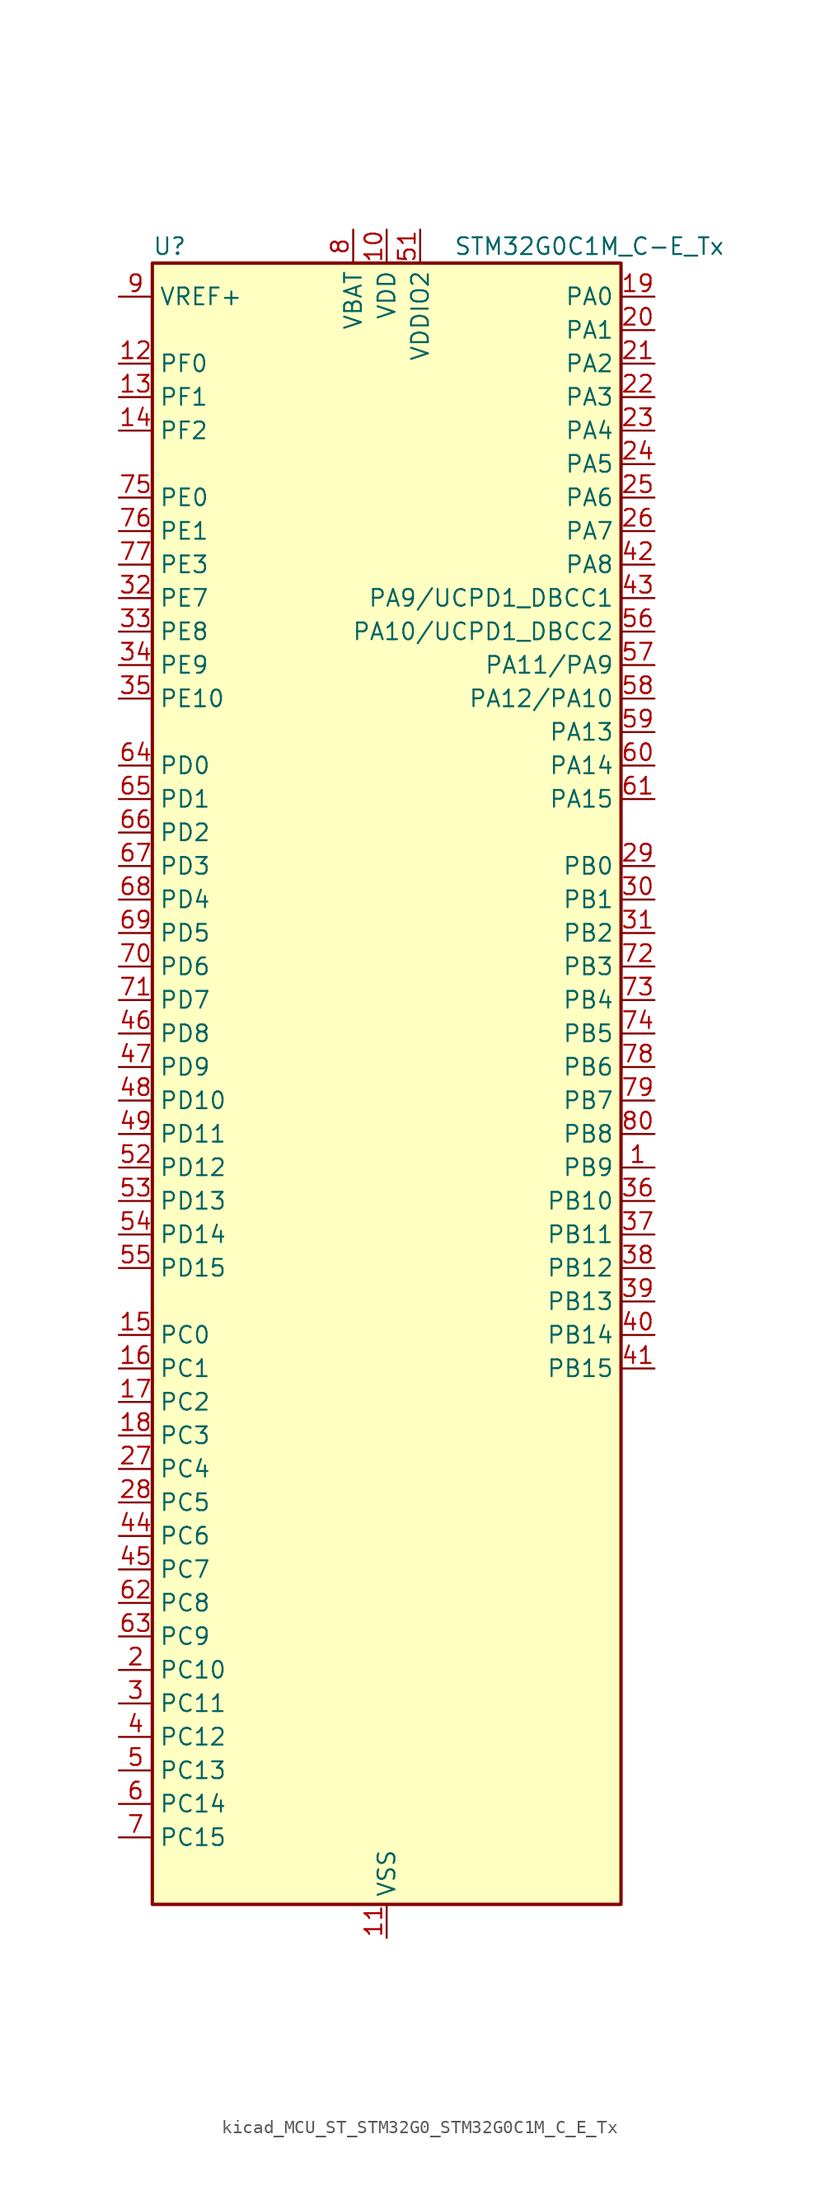
<source format=kicad_sym>
(kicad_symbol_lib
  (version 20220914)
  (generator kicad_symbol_editor)
  (symbol "kicad_MCU_ST_STM32G0_STM32G0C1M_C_E_Tx"
    (property "Reference" "U"
      (at -17.78 64.77 0)
      (effects (font (size 1.27 1.27)) (justify left)))
    (property "Value" "STM32G0C1M_C-E_Tx"
      (at 5.08 64.77 0)
      (effects (font (size 1.27 1.27)) (justify left)))
    (property "ki_locked" ""
      (at 0 0 0)
      (effects (font (size 1.27 1.27))))
    (symbol "kicad_MCU_ST_STM32G0_STM32G0C1M_C_E_Tx_0_1"
      (rectangle (start -17.78 -60.96) (end 17.78 63.5) (stroke (width 0.254) (type default)) (fill (type background))))
    (symbol "kicad_MCU_ST_STM32G0_STM32G0C1M_C_E_Tx_1_1"
      (pin bidirectional line (at 20.32 -5.08 180) (length 2.54) (name "PB9" (effects (font (size 1.27 1.27)))) (number "1" (effects (font (size 1.27 1.27)))) (alternate "DAC1_EXTI9" bidirectional line) (alternate "FDCAN1_TX" bidirectional line) (alternate "I2C1_SDA" bidirectional line) (alternate "I2S2_WS" bidirectional line) (alternate "IR_OUT" bidirectional line) (alternate "SPI2_NSS" bidirectional line) (alternate "TIM17_CH1" bidirectional line) (alternate "TIM4_CH4" bidirectional line) (alternate "UCPD2_FRSTX1" bidirectional line) (alternate "UCPD2_FRSTX2" bidirectional line) (alternate "USART3_RX" bidirectional line) (alternate "USART6_RX" bidirectional line))
      (pin power_in line (at 0 66.04 270) (length 2.54) (name "VDD" (effects (font (size 1.27 1.27)))) (number "10" (effects (font (size 1.27 1.27)))))
      (pin power_in line (at 0 -63.5 90) (length 2.54) (name "VSS" (effects (font (size 1.27 1.27)))) (number "11" (effects (font (size 1.27 1.27)))))
      (pin bidirectional line (at -20.32 55.88 0) (length 2.54) (name "PF0" (effects (font (size 1.27 1.27)))) (number "12" (effects (font (size 1.27 1.27)))) (alternate "CRS1_SYNC" bidirectional line) (alternate "RCC_OSC_IN" bidirectional line) (alternate "TIM14_CH1" bidirectional line))
      (pin bidirectional line (at -20.32 53.34 0) (length 2.54) (name "PF1" (effects (font (size 1.27 1.27)))) (number "13" (effects (font (size 1.27 1.27)))) (alternate "RCC_OSC_EN" bidirectional line) (alternate "RCC_OSC_OUT" bidirectional line) (alternate "TIM15_CH1N" bidirectional line))
      (pin bidirectional line (at -20.32 50.8 0) (length 2.54) (name "PF2" (effects (font (size 1.27 1.27)))) (number "14" (effects (font (size 1.27 1.27)))) (alternate "LPUART2_DE" bidirectional line) (alternate "LPUART2_RTS" bidirectional line) (alternate "LPUART2_TX" bidirectional line) (alternate "RCC_MCO" bidirectional line))
      (pin bidirectional line (at -20.32 -17.78 0) (length 2.54) (name "PC0" (effects (font (size 1.27 1.27)))) (number "15" (effects (font (size 1.27 1.27)))) (alternate "COMP3_INM" bidirectional line) (alternate "COMP3_OUT" bidirectional line) (alternate "I2C3_SCL" bidirectional line) (alternate "LPTIM1_IN1" bidirectional line) (alternate "LPTIM2_IN1" bidirectional line) (alternate "LPUART1_RX" bidirectional line) (alternate "LPUART2_TX" bidirectional line) (alternate "USART6_TX" bidirectional line))
      (pin bidirectional line (at -20.32 -20.32 0) (length 2.54) (name "PC1" (effects (font (size 1.27 1.27)))) (number "16" (effects (font (size 1.27 1.27)))) (alternate "COMP3_INP" bidirectional line) (alternate "I2C3_SDA" bidirectional line) (alternate "LPTIM1_OUT" bidirectional line) (alternate "LPUART1_TX" bidirectional line) (alternate "LPUART2_RX" bidirectional line) (alternate "TIM15_CH1" bidirectional line) (alternate "USART6_RX" bidirectional line))
      (pin bidirectional line (at -20.32 -22.86 0) (length 2.54) (name "PC2" (effects (font (size 1.27 1.27)))) (number "17" (effects (font (size 1.27 1.27)))) (alternate "COMP3_OUT" bidirectional line) (alternate "FDCAN2_RX" bidirectional line) (alternate "I2S2_MCK" bidirectional line) (alternate "LPTIM1_IN2" bidirectional line) (alternate "SPI2_MISO" bidirectional line) (alternate "TIM15_CH2" bidirectional line))
      (pin bidirectional line (at -20.32 -25.4 0) (length 2.54) (name "PC3" (effects (font (size 1.27 1.27)))) (number "18" (effects (font (size 1.27 1.27)))) (alternate "FDCAN2_TX" bidirectional line) (alternate "I2S2_SD" bidirectional line) (alternate "LPTIM1_ETR" bidirectional line) (alternate "LPTIM2_ETR" bidirectional line) (alternate "SPI2_MOSI" bidirectional line))
      (pin bidirectional line (at 20.32 60.96 180) (length 2.54) (name "PA0" (effects (font (size 1.27 1.27)))) (number "19" (effects (font (size 1.27 1.27)))) (alternate "ADC1_IN0" bidirectional line) (alternate "COMP1_INM" bidirectional line) (alternate "COMP1_OUT" bidirectional line) (alternate "I2S2_CK" bidirectional line) (alternate "LPTIM1_OUT" bidirectional line) (alternate "RTC_TAMP_IN2" bidirectional line) (alternate "SPI2_SCK" bidirectional line) (alternate "SYS_WKUP1" bidirectional line) (alternate "TIM2_CH1" bidirectional line) (alternate "TIM2_ETR" bidirectional line) (alternate "UCPD2_FRSTX1" bidirectional line) (alternate "UCPD2_FRSTX2" bidirectional line) (alternate "USART2_CTS" bidirectional line) (alternate "USART2_NSS" bidirectional line) (alternate "USART4_TX" bidirectional line))
      (pin bidirectional line (at -20.32 -43.18 0) (length 2.54) (name "PC10" (effects (font (size 1.27 1.27)))) (number "2" (effects (font (size 1.27 1.27)))) (alternate "SPI3_SCK" bidirectional line) (alternate "TIM1_CH3" bidirectional line) (alternate "USART3_TX" bidirectional line) (alternate "USART4_TX" bidirectional line))
      (pin bidirectional line (at 20.32 58.42 180) (length 2.54) (name "PA1" (effects (font (size 1.27 1.27)))) (number "20" (effects (font (size 1.27 1.27)))) (alternate "ADC1_IN1" bidirectional line) (alternate "COMP1_INP" bidirectional line) (alternate "I2C1_SMBA" bidirectional line) (alternate "I2S1_CK" bidirectional line) (alternate "SPI1_SCK" bidirectional line) (alternate "TIM15_CH1N" bidirectional line) (alternate "TIM2_CH2" bidirectional line) (alternate "USART2_CK" bidirectional line) (alternate "USART2_DE" bidirectional line) (alternate "USART2_RTS" bidirectional line) (alternate "USART4_RX" bidirectional line))
      (pin bidirectional line (at 20.32 55.88 180) (length 2.54) (name "PA2" (effects (font (size 1.27 1.27)))) (number "21" (effects (font (size 1.27 1.27)))) (alternate "ADC1_IN2" bidirectional line) (alternate "COMP2_INM" bidirectional line) (alternate "COMP2_OUT" bidirectional line) (alternate "I2S1_SD" bidirectional line) (alternate "LPUART1_TX" bidirectional line) (alternate "RCC_LSCO" bidirectional line) (alternate "SPI1_MOSI" bidirectional line) (alternate "SYS_WKUP4" bidirectional line) (alternate "TIM15_CH1" bidirectional line) (alternate "TIM2_CH3" bidirectional line) (alternate "UCPD1_FRSTX1" bidirectional line) (alternate "UCPD1_FRSTX2" bidirectional line) (alternate "USART2_TX" bidirectional line))
      (pin bidirectional line (at 20.32 53.34 180) (length 2.54) (name "PA3" (effects (font (size 1.27 1.27)))) (number "22" (effects (font (size 1.27 1.27)))) (alternate "ADC1_IN3" bidirectional line) (alternate "COMP2_INP" bidirectional line) (alternate "I2S2_MCK" bidirectional line) (alternate "LPUART1_RX" bidirectional line) (alternate "SPI2_MISO" bidirectional line) (alternate "TIM15_CH2" bidirectional line) (alternate "TIM2_CH4" bidirectional line) (alternate "UCPD2_FRSTX1" bidirectional line) (alternate "UCPD2_FRSTX2" bidirectional line) (alternate "USART2_RX" bidirectional line))
      (pin bidirectional line (at 20.32 50.8 180) (length 2.54) (name "PA4" (effects (font (size 1.27 1.27)))) (number "23" (effects (font (size 1.27 1.27)))) (alternate "ADC1_IN4" bidirectional line) (alternate "DAC1_OUT1" bidirectional line) (alternate "I2S1_WS" bidirectional line) (alternate "I2S2_SD" bidirectional line) (alternate "LPTIM2_OUT" bidirectional line) (alternate "RTC_OUT2" bidirectional line) (alternate "SPI1_NSS" bidirectional line) (alternate "SPI2_MOSI" bidirectional line) (alternate "SPI3_NSS" bidirectional line) (alternate "TIM14_CH1" bidirectional line) (alternate "UCPD2_FRSTX1" bidirectional line) (alternate "UCPD2_FRSTX2" bidirectional line) (alternate "USART6_TX" bidirectional line) (alternate "USB_NOE" bidirectional line))
      (pin bidirectional line (at 20.32 48.26 180) (length 2.54) (name "PA5" (effects (font (size 1.27 1.27)))) (number "24" (effects (font (size 1.27 1.27)))) (alternate "ADC1_IN5" bidirectional line) (alternate "CEC" bidirectional line) (alternate "DAC1_OUT2" bidirectional line) (alternate "I2S1_CK" bidirectional line) (alternate "LPTIM2_ETR" bidirectional line) (alternate "SPI1_SCK" bidirectional line) (alternate "TIM2_CH1" bidirectional line) (alternate "TIM2_ETR" bidirectional line) (alternate "UCPD1_FRSTX1" bidirectional line) (alternate "UCPD1_FRSTX2" bidirectional line) (alternate "USART3_TX" bidirectional line) (alternate "USART6_RX" bidirectional line))
      (pin bidirectional line (at 20.32 45.72 180) (length 2.54) (name "PA6" (effects (font (size 1.27 1.27)))) (number "25" (effects (font (size 1.27 1.27)))) (alternate "ADC1_IN6" bidirectional line) (alternate "COMP1_OUT" bidirectional line) (alternate "I2C2_SDA" bidirectional line) (alternate "I2C3_SDA" bidirectional line) (alternate "I2S1_MCK" bidirectional line) (alternate "LPUART1_CTS" bidirectional line) (alternate "SPI1_MISO" bidirectional line) (alternate "TIM16_CH1" bidirectional line) (alternate "TIM1_BK" bidirectional line) (alternate "TIM3_CH1" bidirectional line) (alternate "USART3_CTS" bidirectional line) (alternate "USART3_NSS" bidirectional line) (alternate "USART6_CTS" bidirectional line) (alternate "USART6_NSS" bidirectional line))
      (pin bidirectional line (at 20.32 43.18 180) (length 2.54) (name "PA7" (effects (font (size 1.27 1.27)))) (number "26" (effects (font (size 1.27 1.27)))) (alternate "ADC1_IN7" bidirectional line) (alternate "COMP2_OUT" bidirectional line) (alternate "I2C2_SCL" bidirectional line) (alternate "I2C3_SCL" bidirectional line) (alternate "I2S1_SD" bidirectional line) (alternate "SPI1_MOSI" bidirectional line) (alternate "TIM14_CH1" bidirectional line) (alternate "TIM17_CH1" bidirectional line) (alternate "TIM1_CH1N" bidirectional line) (alternate "TIM3_CH2" bidirectional line) (alternate "UCPD1_FRSTX1" bidirectional line) (alternate "UCPD1_FRSTX2" bidirectional line) (alternate "USART6_CK" bidirectional line) (alternate "USART6_DE" bidirectional line) (alternate "USART6_RTS" bidirectional line))
      (pin bidirectional line (at -20.32 -27.94 0) (length 2.54) (name "PC4" (effects (font (size 1.27 1.27)))) (number "27" (effects (font (size 1.27 1.27)))) (alternate "ADC1_IN17" bidirectional line) (alternate "COMP1_INM" bidirectional line) (alternate "FDCAN1_RX" bidirectional line) (alternate "TIM2_CH1" bidirectional line) (alternate "TIM2_ETR" bidirectional line) (alternate "USART1_TX" bidirectional line) (alternate "USART3_TX" bidirectional line))
      (pin bidirectional line (at -20.32 -30.48 0) (length 2.54) (name "PC5" (effects (font (size 1.27 1.27)))) (number "28" (effects (font (size 1.27 1.27)))) (alternate "ADC1_IN18" bidirectional line) (alternate "COMP1_INP" bidirectional line) (alternate "FDCAN1_TX" bidirectional line) (alternate "SYS_WKUP5" bidirectional line) (alternate "TIM2_CH2" bidirectional line) (alternate "USART1_RX" bidirectional line) (alternate "USART3_RX" bidirectional line))
      (pin bidirectional line (at 20.32 17.78 180) (length 2.54) (name "PB0" (effects (font (size 1.27 1.27)))) (number "29" (effects (font (size 1.27 1.27)))) (alternate "ADC1_IN8" bidirectional line) (alternate "COMP1_OUT" bidirectional line) (alternate "COMP3_INP" bidirectional line) (alternate "FDCAN2_RX" bidirectional line) (alternate "I2S1_WS" bidirectional line) (alternate "LPTIM1_OUT" bidirectional line) (alternate "LPUART2_CTS" bidirectional line) (alternate "SPI1_NSS" bidirectional line) (alternate "TIM1_CH2N" bidirectional line) (alternate "TIM3_CH3" bidirectional line) (alternate "UCPD1_FRSTX1" bidirectional line) (alternate "UCPD1_FRSTX2" bidirectional line) (alternate "USART3_RX" bidirectional line) (alternate "USART5_TX" bidirectional line))
      (pin bidirectional line (at -20.32 -45.72 0) (length 2.54) (name "PC11" (effects (font (size 1.27 1.27)))) (number "3" (effects (font (size 1.27 1.27)))) (alternate "ADC1_EXTI11" bidirectional line) (alternate "SPI3_MISO" bidirectional line) (alternate "TIM1_CH4" bidirectional line) (alternate "USART3_RX" bidirectional line) (alternate "USART4_RX" bidirectional line))
      (pin bidirectional line (at 20.32 15.24 180) (length 2.54) (name "PB1" (effects (font (size 1.27 1.27)))) (number "30" (effects (font (size 1.27 1.27)))) (alternate "ADC1_IN9" bidirectional line) (alternate "COMP1_INM" bidirectional line) (alternate "COMP3_OUT" bidirectional line) (alternate "FDCAN2_TX" bidirectional line) (alternate "LPTIM2_IN1" bidirectional line) (alternate "LPUART1_DE" bidirectional line) (alternate "LPUART1_RTS" bidirectional line) (alternate "LPUART2_DE" bidirectional line) (alternate "LPUART2_RTS" bidirectional line) (alternate "TIM14_CH1" bidirectional line) (alternate "TIM1_CH3N" bidirectional line) (alternate "TIM3_CH4" bidirectional line) (alternate "USART3_CK" bidirectional line) (alternate "USART3_DE" bidirectional line) (alternate "USART3_RTS" bidirectional line) (alternate "USART5_RX" bidirectional line))
      (pin bidirectional line (at 20.32 12.7 180) (length 2.54) (name "PB2" (effects (font (size 1.27 1.27)))) (number "31" (effects (font (size 1.27 1.27)))) (alternate "ADC1_IN10" bidirectional line) (alternate "COMP1_INP" bidirectional line) (alternate "COMP3_INM" bidirectional line) (alternate "I2S2_MCK" bidirectional line) (alternate "LPTIM1_OUT" bidirectional line) (alternate "RCC_MCO_2" bidirectional line) (alternate "SPI2_MISO" bidirectional line) (alternate "USART3_TX" bidirectional line))
      (pin bidirectional line (at -20.32 38.1 0) (length 2.54) (name "PE7" (effects (font (size 1.27 1.27)))) (number "32" (effects (font (size 1.27 1.27)))) (alternate "COMP3_INP" bidirectional line) (alternate "TIM1_ETR" bidirectional line) (alternate "USART5_CK" bidirectional line) (alternate "USART5_DE" bidirectional line) (alternate "USART5_RTS" bidirectional line))
      (pin bidirectional line (at -20.32 35.56 0) (length 2.54) (name "PE8" (effects (font (size 1.27 1.27)))) (number "33" (effects (font (size 1.27 1.27)))) (alternate "COMP3_INM" bidirectional line) (alternate "TIM1_CH1N" bidirectional line) (alternate "USART4_TX" bidirectional line))
      (pin bidirectional line (at -20.32 33.02 0) (length 2.54) (name "PE9" (effects (font (size 1.27 1.27)))) (number "34" (effects (font (size 1.27 1.27)))) (alternate "DAC1_EXTI9" bidirectional line) (alternate "TIM1_CH1" bidirectional line) (alternate "USART4_RX" bidirectional line))
      (pin bidirectional line (at -20.32 30.48 0) (length 2.54) (name "PE10" (effects (font (size 1.27 1.27)))) (number "35" (effects (font (size 1.27 1.27)))) (alternate "TIM1_CH2N" bidirectional line) (alternate "USART5_TX" bidirectional line))
      (pin bidirectional line (at 20.32 -7.62 180) (length 2.54) (name "PB10" (effects (font (size 1.27 1.27)))) (number "36" (effects (font (size 1.27 1.27)))) (alternate "ADC1_IN11" bidirectional line) (alternate "CEC" bidirectional line) (alternate "COMP1_OUT" bidirectional line) (alternate "I2C2_SCL" bidirectional line) (alternate "I2S2_CK" bidirectional line) (alternate "LPUART1_RX" bidirectional line) (alternate "SPI2_SCK" bidirectional line) (alternate "TIM2_CH3" bidirectional line) (alternate "USART3_TX" bidirectional line))
      (pin bidirectional line (at 20.32 -10.16 180) (length 2.54) (name "PB11" (effects (font (size 1.27 1.27)))) (number "37" (effects (font (size 1.27 1.27)))) (alternate "ADC1_EXTI11" bidirectional line) (alternate "ADC1_IN15" bidirectional line) (alternate "COMP2_OUT" bidirectional line) (alternate "I2C2_SDA" bidirectional line) (alternate "I2S2_SD" bidirectional line) (alternate "LPUART1_TX" bidirectional line) (alternate "SPI2_MOSI" bidirectional line) (alternate "TIM2_CH4" bidirectional line) (alternate "USART3_RX" bidirectional line))
      (pin bidirectional line (at 20.32 -12.7 180) (length 2.54) (name "PB12" (effects (font (size 1.27 1.27)))) (number "38" (effects (font (size 1.27 1.27)))) (alternate "ADC1_IN16" bidirectional line) (alternate "FDCAN2_RX" bidirectional line) (alternate "I2C2_SMBA" bidirectional line) (alternate "I2S2_WS" bidirectional line) (alternate "LPUART1_DE" bidirectional line) (alternate "LPUART1_RTS" bidirectional line) (alternate "SPI2_NSS" bidirectional line) (alternate "TIM15_BK" bidirectional line) (alternate "TIM1_BK" bidirectional line) (alternate "UCPD2_FRSTX1" bidirectional line) (alternate "UCPD2_FRSTX2" bidirectional line))
      (pin bidirectional line (at 20.32 -15.24 180) (length 2.54) (name "PB13" (effects (font (size 1.27 1.27)))) (number "39" (effects (font (size 1.27 1.27)))) (alternate "FDCAN2_TX" bidirectional line) (alternate "I2C2_SCL" bidirectional line) (alternate "I2S2_CK" bidirectional line) (alternate "LPUART1_CTS" bidirectional line) (alternate "SPI2_SCK" bidirectional line) (alternate "TIM15_CH1N" bidirectional line) (alternate "TIM1_CH1N" bidirectional line) (alternate "USART3_CTS" bidirectional line) (alternate "USART3_NSS" bidirectional line))
      (pin bidirectional line (at -20.32 -48.26 0) (length 2.54) (name "PC12" (effects (font (size 1.27 1.27)))) (number "4" (effects (font (size 1.27 1.27)))) (alternate "LPTIM1_IN1" bidirectional line) (alternate "SPI3_MOSI" bidirectional line) (alternate "TIM14_CH1" bidirectional line) (alternate "UCPD1_FRSTX1" bidirectional line) (alternate "UCPD1_FRSTX2" bidirectional line) (alternate "USART5_TX" bidirectional line))
      (pin bidirectional line (at 20.32 -17.78 180) (length 2.54) (name "PB14" (effects (font (size 1.27 1.27)))) (number "40" (effects (font (size 1.27 1.27)))) (alternate "I2C2_SDA" bidirectional line) (alternate "I2S2_MCK" bidirectional line) (alternate "SPI2_MISO" bidirectional line) (alternate "TIM15_CH1" bidirectional line) (alternate "TIM1_CH2N" bidirectional line) (alternate "UCPD1_FRSTX1" bidirectional line) (alternate "UCPD1_FRSTX2" bidirectional line) (alternate "USART3_CK" bidirectional line) (alternate "USART3_DE" bidirectional line) (alternate "USART3_RTS" bidirectional line) (alternate "USART6_CK" bidirectional line) (alternate "USART6_DE" bidirectional line) (alternate "USART6_RTS" bidirectional line))
      (pin bidirectional line (at 20.32 -20.32 180) (length 2.54) (name "PB15" (effects (font (size 1.27 1.27)))) (number "41" (effects (font (size 1.27 1.27)))) (alternate "I2S2_SD" bidirectional line) (alternate "RTC_REFIN" bidirectional line) (alternate "SPI2_MOSI" bidirectional line) (alternate "TIM15_CH1N" bidirectional line) (alternate "TIM15_CH2" bidirectional line) (alternate "TIM1_CH3N" bidirectional line) (alternate "UCPD1_CC2" bidirectional line) (alternate "USART6_CTS" bidirectional line) (alternate "USART6_NSS" bidirectional line))
      (pin bidirectional line (at 20.32 40.64 180) (length 2.54) (name "PA8" (effects (font (size 1.27 1.27)))) (number "42" (effects (font (size 1.27 1.27)))) (alternate "CRS1_SYNC" bidirectional line) (alternate "I2C2_SMBA" bidirectional line) (alternate "I2S2_WS" bidirectional line) (alternate "LPTIM2_OUT" bidirectional line) (alternate "RCC_MCO" bidirectional line) (alternate "SPI2_NSS" bidirectional line) (alternate "TIM1_CH1" bidirectional line) (alternate "UCPD1_CC1" bidirectional line))
      (pin bidirectional line (at 20.32 38.1 180) (length 2.54) (name "PA9/UCPD1_DBCC1" (effects (font (size 1.27 1.27)))) (number "43" (effects (font (size 1.27 1.27)))) (alternate "DAC1_EXTI9" bidirectional line) (alternate "I2C1_SCL" bidirectional line) (alternate "I2C2_SCL" bidirectional line) (alternate "I2S2_MCK" bidirectional line) (alternate "RCC_MCO" bidirectional line) (alternate "SPI2_MISO" bidirectional line) (alternate "TIM15_BK" bidirectional line) (alternate "TIM1_CH2" bidirectional line) (alternate "UCPD1_DBCC1" bidirectional line) (alternate "USART1_TX" bidirectional line))
      (pin bidirectional line (at -20.32 -33.02 0) (length 2.54) (name "PC6" (effects (font (size 1.27 1.27)))) (number "44" (effects (font (size 1.27 1.27)))) (alternate "LPUART2_TX" bidirectional line) (alternate "TIM2_CH3" bidirectional line) (alternate "TIM3_CH1" bidirectional line) (alternate "UCPD1_FRSTX1" bidirectional line) (alternate "UCPD1_FRSTX2" bidirectional line))
      (pin bidirectional line (at -20.32 -35.56 0) (length 2.54) (name "PC7" (effects (font (size 1.27 1.27)))) (number "45" (effects (font (size 1.27 1.27)))) (alternate "LPUART2_RX" bidirectional line) (alternate "TIM2_CH4" bidirectional line) (alternate "TIM3_CH2" bidirectional line) (alternate "UCPD2_FRSTX1" bidirectional line) (alternate "UCPD2_FRSTX2" bidirectional line))
      (pin bidirectional line (at -20.32 5.08 0) (length 2.54) (name "PD8" (effects (font (size 1.27 1.27)))) (number "46" (effects (font (size 1.27 1.27)))) (alternate "I2S1_CK" bidirectional line) (alternate "LPTIM1_OUT" bidirectional line) (alternate "SPI1_SCK" bidirectional line) (alternate "USART3_TX" bidirectional line))
      (pin bidirectional line (at -20.32 2.54 0) (length 2.54) (name "PD9" (effects (font (size 1.27 1.27)))) (number "47" (effects (font (size 1.27 1.27)))) (alternate "DAC1_EXTI9" bidirectional line) (alternate "I2S1_WS" bidirectional line) (alternate "SPI1_NSS" bidirectional line) (alternate "TIM1_BK2" bidirectional line) (alternate "USART3_RX" bidirectional line))
      (pin bidirectional line (at -20.32 0 0) (length 2.54) (name "PD10" (effects (font (size 1.27 1.27)))) (number "48" (effects (font (size 1.27 1.27)))) (alternate "RCC_MCO" bidirectional line))
      (pin bidirectional line (at -20.32 -2.54 0) (length 2.54) (name "PD11" (effects (font (size 1.27 1.27)))) (number "49" (effects (font (size 1.27 1.27)))) (alternate "ADC1_EXTI11" bidirectional line) (alternate "LPTIM2_ETR" bidirectional line) (alternate "USART3_CTS" bidirectional line) (alternate "USART3_NSS" bidirectional line))
      (pin bidirectional line (at -20.32 -50.8 0) (length 2.54) (name "PC13" (effects (font (size 1.27 1.27)))) (number "5" (effects (font (size 1.27 1.27)))) (alternate "RTC_OUT1" bidirectional line) (alternate "RTC_TAMP_IN1" bidirectional line) (alternate "RTC_TS" bidirectional line) (alternate "SYS_WKUP2" bidirectional line) (alternate "TIM1_BK" bidirectional line))
      (pin passive line (at 0 -63.5 90) (length 2.54) hide (name "VSS" (effects (font (size 1.27 1.27)))) (number "50" (effects (font (size 1.27 1.27)))))
      (pin power_in line (at 2.54 66.04 270) (length 2.54) (name "VDDIO2" (effects (font (size 1.27 1.27)))) (number "51" (effects (font (size 1.27 1.27)))))
      (pin bidirectional line (at -20.32 -5.08 0) (length 2.54) (name "PD12" (effects (font (size 1.27 1.27)))) (number "52" (effects (font (size 1.27 1.27)))) (alternate "FDCAN1_RX" bidirectional line) (alternate "LPTIM2_IN1" bidirectional line) (alternate "TIM4_CH1" bidirectional line) (alternate "USART3_CK" bidirectional line) (alternate "USART3_DE" bidirectional line) (alternate "USART3_RTS" bidirectional line))
      (pin bidirectional line (at -20.32 -7.62 0) (length 2.54) (name "PD13" (effects (font (size 1.27 1.27)))) (number "53" (effects (font (size 1.27 1.27)))) (alternate "FDCAN1_TX" bidirectional line) (alternate "LPTIM2_OUT" bidirectional line) (alternate "TIM4_CH2" bidirectional line))
      (pin bidirectional line (at -20.32 -10.16 0) (length 2.54) (name "PD14" (effects (font (size 1.27 1.27)))) (number "54" (effects (font (size 1.27 1.27)))) (alternate "FDCAN2_RX" bidirectional line) (alternate "LPUART2_CTS" bidirectional line) (alternate "TIM4_CH3" bidirectional line))
      (pin bidirectional line (at -20.32 -12.7 0) (length 2.54) (name "PD15" (effects (font (size 1.27 1.27)))) (number "55" (effects (font (size 1.27 1.27)))) (alternate "CRS1_SYNC" bidirectional line) (alternate "FDCAN2_TX" bidirectional line) (alternate "LPUART2_DE" bidirectional line) (alternate "LPUART2_RTS" bidirectional line) (alternate "TIM4_CH4" bidirectional line))
      (pin bidirectional line (at 20.32 35.56 180) (length 2.54) (name "PA10/UCPD1_DBCC2" (effects (font (size 1.27 1.27)))) (number "56" (effects (font (size 1.27 1.27)))) (alternate "I2C1_SDA" bidirectional line) (alternate "I2C2_SDA" bidirectional line) (alternate "I2S2_SD" bidirectional line) (alternate "RCC_MCO_2" bidirectional line) (alternate "SPI2_MOSI" bidirectional line) (alternate "TIM17_BK" bidirectional line) (alternate "TIM1_CH3" bidirectional line) (alternate "UCPD1_DBCC2" bidirectional line) (alternate "USART1_RX" bidirectional line))
      (pin bidirectional line (at 20.32 33.02 180) (length 2.54) (name "PA11/PA9" (effects (font (size 1.27 1.27)))) (number "57" (effects (font (size 1.27 1.27)))) (alternate "ADC1_EXTI11" bidirectional line) (alternate "COMP1_OUT" bidirectional line) (alternate "FDCAN1_RX" bidirectional line) (alternate "I2C2_SCL" bidirectional line) (alternate "I2S1_MCK" bidirectional line) (alternate "SPI1_MISO" bidirectional line) (alternate "TIM1_BK2" bidirectional line) (alternate "TIM1_CH4" bidirectional line) (alternate "USART1_CTS" bidirectional line) (alternate "USART1_NSS" bidirectional line) (alternate "USB_DM" bidirectional line))
      (pin bidirectional line (at 20.32 30.48 180) (length 2.54) (name "PA12/PA10" (effects (font (size 1.27 1.27)))) (number "58" (effects (font (size 1.27 1.27)))) (alternate "COMP2_OUT" bidirectional line) (alternate "FDCAN1_TX" bidirectional line) (alternate "I2C2_SDA" bidirectional line) (alternate "I2S1_SD" bidirectional line) (alternate "I2S_CKIN" bidirectional line) (alternate "SPI1_MOSI" bidirectional line) (alternate "TIM1_ETR" bidirectional line) (alternate "USART1_CK" bidirectional line) (alternate "USART1_DE" bidirectional line) (alternate "USART1_RTS" bidirectional line) (alternate "USB_DP" bidirectional line))
      (pin bidirectional line (at 20.32 27.94 180) (length 2.54) (name "PA13" (effects (font (size 1.27 1.27)))) (number "59" (effects (font (size 1.27 1.27)))) (alternate "IR_OUT" bidirectional line) (alternate "LPUART2_RX" bidirectional line) (alternate "SYS_SWDIO" bidirectional line) (alternate "USB_NOE" bidirectional line))
      (pin bidirectional line (at -20.32 -53.34 0) (length 2.54) (name "PC14" (effects (font (size 1.27 1.27)))) (number "6" (effects (font (size 1.27 1.27)))) (alternate "RCC_OSC32_IN" bidirectional line) (alternate "TIM1_BK2" bidirectional line))
      (pin bidirectional line (at 20.32 25.4 180) (length 2.54) (name "PA14" (effects (font (size 1.27 1.27)))) (number "60" (effects (font (size 1.27 1.27)))) (alternate "LPUART2_TX" bidirectional line) (alternate "SYS_SWCLK" bidirectional line) (alternate "USART2_TX" bidirectional line))
      (pin bidirectional line (at 20.32 22.86 180) (length 2.54) (name "PA15" (effects (font (size 1.27 1.27)))) (number "61" (effects (font (size 1.27 1.27)))) (alternate "I2C2_SMBA" bidirectional line) (alternate "I2S1_WS" bidirectional line) (alternate "RCC_MCO_2" bidirectional line) (alternate "SPI1_NSS" bidirectional line) (alternate "SPI3_NSS" bidirectional line) (alternate "TIM2_CH1" bidirectional line) (alternate "TIM2_ETR" bidirectional line) (alternate "USART2_RX" bidirectional line) (alternate "USART3_CK" bidirectional line) (alternate "USART3_DE" bidirectional line) (alternate "USART3_RTS" bidirectional line) (alternate "USART4_CK" bidirectional line) (alternate "USART4_DE" bidirectional line) (alternate "USART4_RTS" bidirectional line) (alternate "USB_NOE" bidirectional line))
      (pin bidirectional line (at -20.32 -38.1 0) (length 2.54) (name "PC8" (effects (font (size 1.27 1.27)))) (number "62" (effects (font (size 1.27 1.27)))) (alternate "LPUART2_CTS" bidirectional line) (alternate "TIM1_CH1" bidirectional line) (alternate "TIM3_CH3" bidirectional line) (alternate "UCPD2_FRSTX1" bidirectional line) (alternate "UCPD2_FRSTX2" bidirectional line))
      (pin bidirectional line (at -20.32 -40.64 0) (length 2.54) (name "PC9" (effects (font (size 1.27 1.27)))) (number "63" (effects (font (size 1.27 1.27)))) (alternate "DAC1_EXTI9" bidirectional line) (alternate "I2S_CKIN" bidirectional line) (alternate "LPUART2_DE" bidirectional line) (alternate "LPUART2_RTS" bidirectional line) (alternate "TIM1_CH2" bidirectional line) (alternate "TIM3_CH4" bidirectional line) (alternate "USB_NOE" bidirectional line))
      (pin bidirectional line (at -20.32 25.4 0) (length 2.54) (name "PD0" (effects (font (size 1.27 1.27)))) (number "64" (effects (font (size 1.27 1.27)))) (alternate "FDCAN1_RX" bidirectional line) (alternate "I2S2_WS" bidirectional line) (alternate "SPI2_NSS" bidirectional line) (alternate "TIM16_CH1" bidirectional line) (alternate "UCPD2_CC1" bidirectional line))
      (pin bidirectional line (at -20.32 22.86 0) (length 2.54) (name "PD1" (effects (font (size 1.27 1.27)))) (number "65" (effects (font (size 1.27 1.27)))) (alternate "FDCAN1_TX" bidirectional line) (alternate "I2S2_CK" bidirectional line) (alternate "SPI2_SCK" bidirectional line) (alternate "TIM17_CH1" bidirectional line) (alternate "UCPD2_DBCC1" bidirectional line))
      (pin bidirectional line (at -20.32 20.32 0) (length 2.54) (name "PD2" (effects (font (size 1.27 1.27)))) (number "66" (effects (font (size 1.27 1.27)))) (alternate "TIM1_CH1N" bidirectional line) (alternate "TIM3_ETR" bidirectional line) (alternate "UCPD2_CC2" bidirectional line) (alternate "USART3_CK" bidirectional line) (alternate "USART3_DE" bidirectional line) (alternate "USART3_RTS" bidirectional line) (alternate "USART5_RX" bidirectional line))
      (pin bidirectional line (at -20.32 17.78 0) (length 2.54) (name "PD3" (effects (font (size 1.27 1.27)))) (number "67" (effects (font (size 1.27 1.27)))) (alternate "I2S2_MCK" bidirectional line) (alternate "SPI2_MISO" bidirectional line) (alternate "TIM1_CH2N" bidirectional line) (alternate "UCPD2_DBCC2" bidirectional line) (alternate "USART2_CTS" bidirectional line) (alternate "USART2_NSS" bidirectional line) (alternate "USART5_TX" bidirectional line))
      (pin bidirectional line (at -20.32 15.24 0) (length 2.54) (name "PD4" (effects (font (size 1.27 1.27)))) (number "68" (effects (font (size 1.27 1.27)))) (alternate "I2S2_SD" bidirectional line) (alternate "SPI2_MOSI" bidirectional line) (alternate "TIM1_CH3N" bidirectional line) (alternate "USART2_CK" bidirectional line) (alternate "USART2_DE" bidirectional line) (alternate "USART2_RTS" bidirectional line) (alternate "USART5_CK" bidirectional line) (alternate "USART5_DE" bidirectional line) (alternate "USART5_RTS" bidirectional line))
      (pin bidirectional line (at -20.32 12.7 0) (length 2.54) (name "PD5" (effects (font (size 1.27 1.27)))) (number "69" (effects (font (size 1.27 1.27)))) (alternate "I2S1_MCK" bidirectional line) (alternate "SPI1_MISO" bidirectional line) (alternate "TIM1_BK" bidirectional line) (alternate "USART2_TX" bidirectional line) (alternate "USART5_CTS" bidirectional line) (alternate "USART5_NSS" bidirectional line))
      (pin bidirectional line (at -20.32 -55.88 0) (length 2.54) (name "PC15" (effects (font (size 1.27 1.27)))) (number "7" (effects (font (size 1.27 1.27)))) (alternate "RCC_OSC32_EN" bidirectional line) (alternate "RCC_OSC32_OUT" bidirectional line) (alternate "RCC_OSC_EN" bidirectional line) (alternate "TIM15_BK" bidirectional line))
      (pin bidirectional line (at -20.32 10.16 0) (length 2.54) (name "PD6" (effects (font (size 1.27 1.27)))) (number "70" (effects (font (size 1.27 1.27)))) (alternate "I2S1_SD" bidirectional line) (alternate "LPTIM2_OUT" bidirectional line) (alternate "SPI1_MOSI" bidirectional line) (alternate "USART2_RX" bidirectional line))
      (pin bidirectional line (at -20.32 7.62 0) (length 2.54) (name "PD7" (effects (font (size 1.27 1.27)))) (number "71" (effects (font (size 1.27 1.27)))) (alternate "RCC_MCO_2" bidirectional line))
      (pin bidirectional line (at 20.32 10.16 180) (length 2.54) (name "PB3" (effects (font (size 1.27 1.27)))) (number "72" (effects (font (size 1.27 1.27)))) (alternate "COMP2_INM" bidirectional line) (alternate "I2C2_SCL" bidirectional line) (alternate "I2C3_SCL" bidirectional line) (alternate "I2S1_CK" bidirectional line) (alternate "SPI1_SCK" bidirectional line) (alternate "SPI3_SCK" bidirectional line) (alternate "TIM1_CH2" bidirectional line) (alternate "TIM2_CH2" bidirectional line) (alternate "USART1_CK" bidirectional line) (alternate "USART1_DE" bidirectional line) (alternate "USART1_RTS" bidirectional line) (alternate "USART5_TX" bidirectional line))
      (pin bidirectional line (at 20.32 7.62 180) (length 2.54) (name "PB4" (effects (font (size 1.27 1.27)))) (number "73" (effects (font (size 1.27 1.27)))) (alternate "COMP2_INP" bidirectional line) (alternate "I2C2_SDA" bidirectional line) (alternate "I2C3_SDA" bidirectional line) (alternate "I2S1_MCK" bidirectional line) (alternate "SPI1_MISO" bidirectional line) (alternate "SPI3_MISO" bidirectional line) (alternate "TIM17_BK" bidirectional line) (alternate "TIM3_CH1" bidirectional line) (alternate "USART1_CTS" bidirectional line) (alternate "USART1_NSS" bidirectional line) (alternate "USART5_RX" bidirectional line))
      (pin bidirectional line (at 20.32 5.08 180) (length 2.54) (name "PB5" (effects (font (size 1.27 1.27)))) (number "74" (effects (font (size 1.27 1.27)))) (alternate "COMP2_OUT" bidirectional line) (alternate "FDCAN2_RX" bidirectional line) (alternate "I2C1_SMBA" bidirectional line) (alternate "I2S1_SD" bidirectional line) (alternate "LPTIM1_IN1" bidirectional line) (alternate "SPI1_MOSI" bidirectional line) (alternate "SPI3_MOSI" bidirectional line) (alternate "SYS_WKUP6" bidirectional line) (alternate "TIM16_BK" bidirectional line) (alternate "TIM3_CH2" bidirectional line) (alternate "USART5_CK" bidirectional line) (alternate "USART5_DE" bidirectional line) (alternate "USART5_RTS" bidirectional line))
      (pin bidirectional line (at -20.32 45.72 0) (length 2.54) (name "PE0" (effects (font (size 1.27 1.27)))) (number "75" (effects (font (size 1.27 1.27)))) (alternate "TIM16_CH1" bidirectional line) (alternate "TIM4_ETR" bidirectional line))
      (pin bidirectional line (at -20.32 43.18 0) (length 2.54) (name "PE1" (effects (font (size 1.27 1.27)))) (number "76" (effects (font (size 1.27 1.27)))) (alternate "TIM17_CH1" bidirectional line))
      (pin bidirectional line (at -20.32 40.64 0) (length 2.54) (name "PE3" (effects (font (size 1.27 1.27)))) (number "77" (effects (font (size 1.27 1.27)))) (alternate "TIM3_CH1" bidirectional line))
      (pin bidirectional line (at 20.32 2.54 180) (length 2.54) (name "PB6" (effects (font (size 1.27 1.27)))) (number "78" (effects (font (size 1.27 1.27)))) (alternate "COMP2_INP" bidirectional line) (alternate "FDCAN2_TX" bidirectional line) (alternate "I2C1_SCL" bidirectional line) (alternate "I2S2_MCK" bidirectional line) (alternate "LPTIM1_ETR" bidirectional line) (alternate "LPUART2_TX" bidirectional line) (alternate "SPI2_MISO" bidirectional line) (alternate "TIM16_CH1N" bidirectional line) (alternate "TIM1_CH3" bidirectional line) (alternate "TIM4_CH1" bidirectional line) (alternate "USART1_TX" bidirectional line) (alternate "USART5_CTS" bidirectional line) (alternate "USART5_NSS" bidirectional line))
      (pin bidirectional line (at 20.32 0 180) (length 2.54) (name "PB7" (effects (font (size 1.27 1.27)))) (number "79" (effects (font (size 1.27 1.27)))) (alternate "COMP2_INM" bidirectional line) (alternate "I2C1_SDA" bidirectional line) (alternate "I2S2_SD" bidirectional line) (alternate "LPTIM1_IN2" bidirectional line) (alternate "LPUART2_RX" bidirectional line) (alternate "SPI2_MOSI" bidirectional line) (alternate "SYS_PVD_IN" bidirectional line) (alternate "TIM17_CH1N" bidirectional line) (alternate "TIM4_CH2" bidirectional line) (alternate "USART1_RX" bidirectional line) (alternate "USART4_CTS" bidirectional line) (alternate "USART4_NSS" bidirectional line))
      (pin power_in line (at -2.54 66.04 270) (length 2.54) (name "VBAT" (effects (font (size 1.27 1.27)))) (number "8" (effects (font (size 1.27 1.27)))))
      (pin bidirectional line (at 20.32 -2.54 180) (length 2.54) (name "PB8" (effects (font (size 1.27 1.27)))) (number "80" (effects (font (size 1.27 1.27)))) (alternate "CEC" bidirectional line) (alternate "FDCAN1_RX" bidirectional line) (alternate "I2C1_SCL" bidirectional line) (alternate "I2S2_CK" bidirectional line) (alternate "SPI2_SCK" bidirectional line) (alternate "TIM15_BK" bidirectional line) (alternate "TIM16_CH1" bidirectional line) (alternate "TIM4_CH3" bidirectional line) (alternate "USART3_TX" bidirectional line) (alternate "USART6_TX" bidirectional line))
      (pin input line (at -20.32 60.96 0) (length 2.54) (name "VREF+" (effects (font (size 1.27 1.27)))) (number "9" (effects (font (size 1.27 1.27)))) (alternate "VREFBUF_OUT" bidirectional line)))))
</source>
